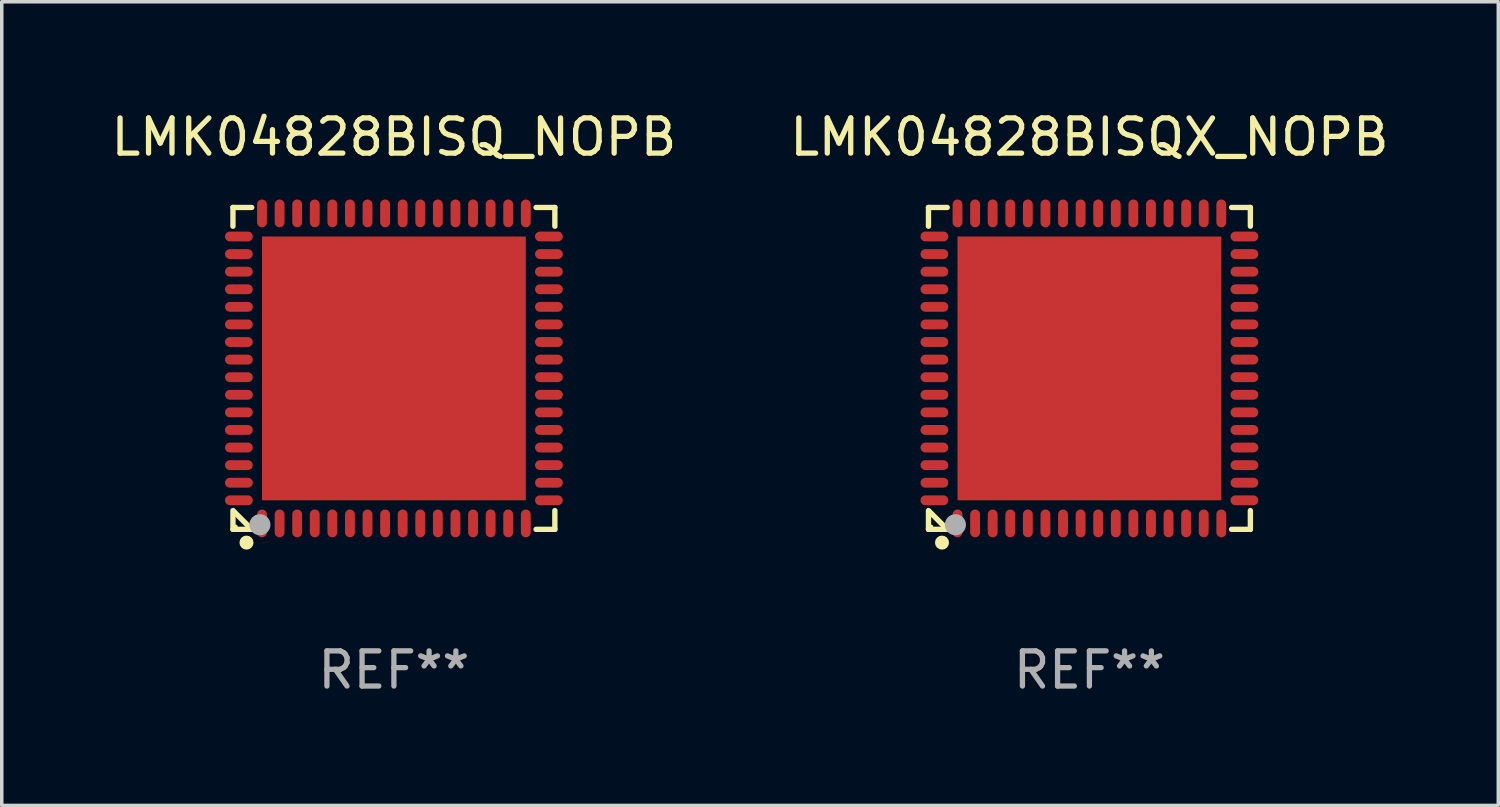
<source format=kicad_pcb>
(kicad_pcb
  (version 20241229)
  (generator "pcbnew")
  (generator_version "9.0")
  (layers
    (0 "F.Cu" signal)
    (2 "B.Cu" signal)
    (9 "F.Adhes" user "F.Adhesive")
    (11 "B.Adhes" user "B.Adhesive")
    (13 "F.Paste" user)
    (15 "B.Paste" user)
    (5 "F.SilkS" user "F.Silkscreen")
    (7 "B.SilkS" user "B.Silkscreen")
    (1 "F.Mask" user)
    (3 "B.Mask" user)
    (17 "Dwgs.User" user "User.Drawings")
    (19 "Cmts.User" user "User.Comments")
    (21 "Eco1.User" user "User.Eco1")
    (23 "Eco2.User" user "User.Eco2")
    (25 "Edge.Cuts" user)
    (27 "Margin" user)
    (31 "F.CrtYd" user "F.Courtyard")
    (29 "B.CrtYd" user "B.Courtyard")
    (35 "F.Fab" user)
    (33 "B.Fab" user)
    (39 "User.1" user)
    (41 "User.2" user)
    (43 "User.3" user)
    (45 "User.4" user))
  (footprint "LMK04828BISQ_NOPB"
    (layer "F.Cu")
    (at 8.149 7.424)
    (property "Reference" "LMK04828BISQ_NOPB" (at 0 -6.576 0) (layer "F.SilkS") (effects (font (size 1 1) (thickness 0.15))))
    (attr through_hole)
    (fp_line (start -4.576 -4.576) (end -4.576 -4.042) (stroke (width 0.152) (type solid)) (layer "F.SilkS"))
    (fp_line (start -4.576 4.576) (end -4.576 4.042) (stroke (width 0.152) (type solid)) (layer "F.SilkS"))
    (fp_line (start -4.069 4.549) (end -4.549 4.069) (stroke (width 0.152) (type solid)) (layer "F.SilkS"))
    (fp_line (start -4.042 -4.576) (end -4.576 -4.576) (stroke (width 0.152) (type solid)) (layer "F.SilkS"))
    (fp_line (start -4.042 4.576) (end -4.576 4.576) (stroke (width 0.152) (type solid)) (layer "F.SilkS"))
    (fp_line (start 4.042 -4.576) (end 4.576 -4.576) (stroke (width 0.152) (type solid)) (layer "F.SilkS"))
    (fp_line (start 4.042 4.576) (end 4.576 4.576) (stroke (width 0.152) (type solid)) (layer "F.SilkS"))
    (fp_line (start 4.576 -4.576) (end 4.576 -4.042) (stroke (width 0.152) (type solid)) (layer "F.SilkS"))
    (fp_line (start 4.576 4.576) (end 4.576 4.042) (stroke (width 0.152) (type solid)) (layer "F.SilkS"))
    (fp_circle (center -4.5 4.5) (end -4.47 4.5) (stroke (width 0.06) (type solid)) (fill no) (layer "F.SilkS"))
    (fp_circle (center -4.191 4.953) (end -4.091 4.953) (stroke (width 0.2) (type solid)) (fill no) (layer "F.SilkS"))
    (fp_circle (center -3.81 4.445) (end -3.66 4.445) (stroke (width 0.3) (type solid)) (fill no) (layer "F.Fab"))
    (fp_text user "REF**" (at 0 8.576 0) (layer "F.Fab") (effects (font (size 1 1) (thickness 0.15))))
    (pad "1" smd oval (at -3.75 4.407) (size 0.28 0.79) (layers "F.Cu" "F.Mask" "F.Paste"))
    (pad "2" smd oval (at -3.25 4.407) (size 0.28 0.79) (layers "F.Cu" "F.Mask" "F.Paste"))
    (pad "3" smd oval (at -2.75 4.407) (size 0.28 0.79) (layers "F.Cu" "F.Mask" "F.Paste"))
    (pad "4" smd oval (at -2.25 4.407) (size 0.28 0.79) (layers "F.Cu" "F.Mask" "F.Paste"))
    (pad "5" smd oval (at -1.75 4.407) (size 0.28 0.79) (layers "F.Cu" "F.Mask" "F.Paste"))
    (pad "6" smd oval (at -1.25 4.407) (size 0.28 0.79) (layers "F.Cu" "F.Mask" "F.Paste"))
    (pad "7" smd oval (at -0.75 4.407) (size 0.28 0.79) (layers "F.Cu" "F.Mask" "F.Paste"))
    (pad "8" smd oval (at -0.25 4.407) (size 0.28 0.79) (layers "F.Cu" "F.Mask" "F.Paste"))
    (pad "9" smd oval (at 0.25 4.407) (size 0.28 0.79) (layers "F.Cu" "F.Mask" "F.Paste"))
    (pad "10" smd oval (at 0.75 4.407) (size 0.28 0.79) (layers "F.Cu" "F.Mask" "F.Paste"))
    (pad "11" smd oval (at 1.25 4.407) (size 0.28 0.79) (layers "F.Cu" "F.Mask" "F.Paste"))
    (pad "12" smd oval (at 1.75 4.407) (size 0.28 0.79) (layers "F.Cu" "F.Mask" "F.Paste"))
    (pad "13" smd oval (at 2.25 4.407) (size 0.28 0.79) (layers "F.Cu" "F.Mask" "F.Paste"))
    (pad "14" smd oval (at 2.75 4.407) (size 0.28 0.79) (layers "F.Cu" "F.Mask" "F.Paste"))
    (pad "15" smd oval (at 3.25 4.407) (size 0.28 0.79) (layers "F.Cu" "F.Mask" "F.Paste"))
    (pad "16" smd oval (at 3.75 4.407) (size 0.28 0.79) (layers "F.Cu" "F.Mask" "F.Paste"))
    (pad "17" smd oval (at 4.407 3.75) (size 0.79 0.28) (layers "F.Cu" "F.Mask" "F.Paste"))
    (pad "18" smd oval (at 4.407 3.25) (size 0.79 0.28) (layers "F.Cu" "F.Mask" "F.Paste"))
    (pad "19" smd oval (at 4.407 2.75) (size 0.79 0.28) (layers "F.Cu" "F.Mask" "F.Paste"))
    (pad "20" smd oval (at 4.407 2.25) (size 0.79 0.28) (layers "F.Cu" "F.Mask" "F.Paste"))
    (pad "21" smd oval (at 4.407 1.75) (size 0.79 0.28) (layers "F.Cu" "F.Mask" "F.Paste"))
    (pad "22" smd oval (at 4.407 1.25) (size 0.79 0.28) (layers "F.Cu" "F.Mask" "F.Paste"))
    (pad "23" smd oval (at 4.407 0.75) (size 0.79 0.28) (layers "F.Cu" "F.Mask" "F.Paste"))
    (pad "24" smd oval (at 4.407 0.25) (size 0.79 0.28) (layers "F.Cu" "F.Mask" "F.Paste"))
    (pad "25" smd oval (at 4.407 -0.25) (size 0.79 0.28) (layers "F.Cu" "F.Mask" "F.Paste"))
    (pad "26" smd oval (at 4.407 -0.75) (size 0.79 0.28) (layers "F.Cu" "F.Mask" "F.Paste"))
    (pad "27" smd oval (at 4.407 -1.25) (size 0.79 0.28) (layers "F.Cu" "F.Mask" "F.Paste"))
    (pad "28" smd oval (at 4.407 -1.75) (size 0.79 0.28) (layers "F.Cu" "F.Mask" "F.Paste"))
    (pad "29" smd oval (at 4.407 -2.25) (size 0.79 0.28) (layers "F.Cu" "F.Mask" "F.Paste"))
    (pad "30" smd oval (at 4.407 -2.75) (size 0.79 0.28) (layers "F.Cu" "F.Mask" "F.Paste"))
    (pad "31" smd oval (at 4.407 -3.25) (size 0.79 0.28) (layers "F.Cu" "F.Mask" "F.Paste"))
    (pad "32" smd oval (at 4.407 -3.75) (size 0.79 0.28) (layers "F.Cu" "F.Mask" "F.Paste"))
    (pad "33" smd oval (at 3.75 -4.407) (size 0.28 0.79) (layers "F.Cu" "F.Mask" "F.Paste"))
    (pad "34" smd oval (at 3.25 -4.407) (size 0.28 0.79) (layers "F.Cu" "F.Mask" "F.Paste"))
    (pad "35" smd oval (at 2.75 -4.407) (size 0.28 0.79) (layers "F.Cu" "F.Mask" "F.Paste"))
    (pad "36" smd oval (at 2.25 -4.407) (size 0.28 0.79) (layers "F.Cu" "F.Mask" "F.Paste"))
    (pad "37" smd oval (at 1.75 -4.407) (size 0.28 0.79) (layers "F.Cu" "F.Mask" "F.Paste"))
    (pad "38" smd oval (at 1.25 -4.407) (size 0.28 0.79) (layers "F.Cu" "F.Mask" "F.Paste"))
    (pad "39" smd oval (at 0.75 -4.407) (size 0.28 0.79) (layers "F.Cu" "F.Mask" "F.Paste"))
    (pad "40" smd oval (at 0.25 -4.407) (size 0.28 0.79) (layers "F.Cu" "F.Mask" "F.Paste"))
    (pad "41" smd oval (at -0.25 -4.407) (size 0.28 0.79) (layers "F.Cu" "F.Mask" "F.Paste"))
    (pad "42" smd oval (at -0.75 -4.407) (size 0.28 0.79) (layers "F.Cu" "F.Mask" "F.Paste"))
    (pad "43" smd oval (at -1.25 -4.407) (size 0.28 0.79) (layers "F.Cu" "F.Mask" "F.Paste"))
    (pad "44" smd oval (at -1.75 -4.407) (size 0.28 0.79) (layers "F.Cu" "F.Mask" "F.Paste"))
    (pad "45" smd oval (at -2.25 -4.407) (size 0.28 0.79) (layers "F.Cu" "F.Mask" "F.Paste"))
    (pad "46" smd oval (at -2.75 -4.407) (size 0.28 0.79) (layers "F.Cu" "F.Mask" "F.Paste"))
    (pad "47" smd oval (at -3.25 -4.407) (size 0.28 0.79) (layers "F.Cu" "F.Mask" "F.Paste"))
    (pad "48" smd oval (at -3.75 -4.407) (size 0.28 0.79) (layers "F.Cu" "F.Mask" "F.Paste"))
    (pad "49" smd oval (at -4.407 -3.75) (size 0.79 0.28) (layers "F.Cu" "F.Mask" "F.Paste"))
    (pad "50" smd oval (at -4.407 -3.25) (size 0.79 0.28) (layers "F.Cu" "F.Mask" "F.Paste"))
    (pad "51" smd oval (at -4.407 -2.75) (size 0.79 0.28) (layers "F.Cu" "F.Mask" "F.Paste"))
    (pad "52" smd oval (at -4.407 -2.25) (size 0.79 0.28) (layers "F.Cu" "F.Mask" "F.Paste"))
    (pad "53" smd oval (at -4.407 -1.75) (size 0.79 0.28) (layers "F.Cu" "F.Mask" "F.Paste"))
    (pad "54" smd oval (at -4.407 -1.25) (size 0.79 0.28) (layers "F.Cu" "F.Mask" "F.Paste"))
    (pad "55" smd oval (at -4.407 -0.75) (size 0.79 0.28) (layers "F.Cu" "F.Mask" "F.Paste"))
    (pad "56" smd oval (at -4.407 -0.25) (size 0.79 0.28) (layers "F.Cu" "F.Mask" "F.Paste"))
    (pad "57" smd oval (at -4.407 0.25) (size 0.79 0.28) (layers "F.Cu" "F.Mask" "F.Paste"))
    (pad "58" smd oval (at -4.407 0.75) (size 0.79 0.28) (layers "F.Cu" "F.Mask" "F.Paste"))
    (pad "59" smd oval (at -4.407 1.25) (size 0.79 0.28) (layers "F.Cu" "F.Mask" "F.Paste"))
    (pad "60" smd oval (at -4.407 1.75) (size 0.79 0.28) (layers "F.Cu" "F.Mask" "F.Paste"))
    (pad "61" smd oval (at -4.407 2.25) (size 0.79 0.28) (layers "F.Cu" "F.Mask" "F.Paste"))
    (pad "62" smd oval (at -4.407 2.75) (size 0.79 0.28) (layers "F.Cu" "F.Mask" "F.Paste"))
    (pad "63" smd oval (at -4.407 3.25) (size 0.79 0.28) (layers "F.Cu" "F.Mask" "F.Paste"))
    (pad "64" smd oval (at -4.407 3.75) (size 0.79 0.28) (layers "F.Cu" "F.Mask" "F.Paste"))
    (pad "65" smd rect (at 0 0) (size 7.5 7.5) (layers "F.Cu" "F.Mask" "F.Paste")))
  (footprint "LMK04828BISQX_NOPB"
    (layer "F.Cu")
    (at 27.923 7.424)
    (property "Reference" "LMK04828BISQX_NOPB" (at 0 -6.576 0) (layer "F.SilkS") (effects (font (size 1 1) (thickness 0.15))))
    (attr through_hole)
    (fp_line (start -4.576 -4.576) (end -4.576 -4.042) (stroke (width 0.152) (type solid)) (layer "F.SilkS"))
    (fp_line (start -4.576 4.576) (end -4.576 4.042) (stroke (width 0.152) (type solid)) (layer "F.SilkS"))
    (fp_line (start -4.069 4.549) (end -4.549 4.069) (stroke (width 0.152) (type solid)) (layer "F.SilkS"))
    (fp_line (start -4.042 -4.576) (end -4.576 -4.576) (stroke (width 0.152) (type solid)) (layer "F.SilkS"))
    (fp_line (start -4.042 4.576) (end -4.576 4.576) (stroke (width 0.152) (type solid)) (layer "F.SilkS"))
    (fp_line (start 4.042 -4.576) (end 4.576 -4.576) (stroke (width 0.152) (type solid)) (layer "F.SilkS"))
    (fp_line (start 4.042 4.576) (end 4.576 4.576) (stroke (width 0.152) (type solid)) (layer "F.SilkS"))
    (fp_line (start 4.576 -4.576) (end 4.576 -4.042) (stroke (width 0.152) (type solid)) (layer "F.SilkS"))
    (fp_line (start 4.576 4.576) (end 4.576 4.042) (stroke (width 0.152) (type solid)) (layer "F.SilkS"))
    (fp_circle (center -4.5 4.5) (end -4.47 4.5) (stroke (width 0.06) (type solid)) (fill no) (layer "F.SilkS"))
    (fp_circle (center -4.191 4.953) (end -4.091 4.953) (stroke (width 0.2) (type solid)) (fill no) (layer "F.SilkS"))
    (fp_circle (center -3.81 4.445) (end -3.66 4.445) (stroke (width 0.3) (type solid)) (fill no) (layer "F.Fab"))
    (fp_text user "REF**" (at 0 8.576 0) (layer "F.Fab") (effects (font (size 1 1) (thickness 0.15))))
    (pad "1" smd oval (at -3.75 4.407) (size 0.28 0.79) (layers "F.Cu" "F.Mask" "F.Paste"))
    (pad "2" smd oval (at -3.25 4.407) (size 0.28 0.79) (layers "F.Cu" "F.Mask" "F.Paste"))
    (pad "3" smd oval (at -2.75 4.407) (size 0.28 0.79) (layers "F.Cu" "F.Mask" "F.Paste"))
    (pad "4" smd oval (at -2.25 4.407) (size 0.28 0.79) (layers "F.Cu" "F.Mask" "F.Paste"))
    (pad "5" smd oval (at -1.75 4.407) (size 0.28 0.79) (layers "F.Cu" "F.Mask" "F.Paste"))
    (pad "6" smd oval (at -1.25 4.407) (size 0.28 0.79) (layers "F.Cu" "F.Mask" "F.Paste"))
    (pad "7" smd oval (at -0.75 4.407) (size 0.28 0.79) (layers "F.Cu" "F.Mask" "F.Paste"))
    (pad "8" smd oval (at -0.25 4.407) (size 0.28 0.79) (layers "F.Cu" "F.Mask" "F.Paste"))
    (pad "9" smd oval (at 0.25 4.407) (size 0.28 0.79) (layers "F.Cu" "F.Mask" "F.Paste"))
    (pad "10" smd oval (at 0.75 4.407) (size 0.28 0.79) (layers "F.Cu" "F.Mask" "F.Paste"))
    (pad "11" smd oval (at 1.25 4.407) (size 0.28 0.79) (layers "F.Cu" "F.Mask" "F.Paste"))
    (pad "12" smd oval (at 1.75 4.407) (size 0.28 0.79) (layers "F.Cu" "F.Mask" "F.Paste"))
    (pad "13" smd oval (at 2.25 4.407) (size 0.28 0.79) (layers "F.Cu" "F.Mask" "F.Paste"))
    (pad "14" smd oval (at 2.75 4.407) (size 0.28 0.79) (layers "F.Cu" "F.Mask" "F.Paste"))
    (pad "15" smd oval (at 3.25 4.407) (size 0.28 0.79) (layers "F.Cu" "F.Mask" "F.Paste"))
    (pad "16" smd oval (at 3.75 4.407) (size 0.28 0.79) (layers "F.Cu" "F.Mask" "F.Paste"))
    (pad "17" smd oval (at 4.407 3.75) (size 0.79 0.28) (layers "F.Cu" "F.Mask" "F.Paste"))
    (pad "18" smd oval (at 4.407 3.25) (size 0.79 0.28) (layers "F.Cu" "F.Mask" "F.Paste"))
    (pad "19" smd oval (at 4.407 2.75) (size 0.79 0.28) (layers "F.Cu" "F.Mask" "F.Paste"))
    (pad "20" smd oval (at 4.407 2.25) (size 0.79 0.28) (layers "F.Cu" "F.Mask" "F.Paste"))
    (pad "21" smd oval (at 4.407 1.75) (size 0.79 0.28) (layers "F.Cu" "F.Mask" "F.Paste"))
    (pad "22" smd oval (at 4.407 1.25) (size 0.79 0.28) (layers "F.Cu" "F.Mask" "F.Paste"))
    (pad "23" smd oval (at 4.407 0.75) (size 0.79 0.28) (layers "F.Cu" "F.Mask" "F.Paste"))
    (pad "24" smd oval (at 4.407 0.25) (size 0.79 0.28) (layers "F.Cu" "F.Mask" "F.Paste"))
    (pad "25" smd oval (at 4.407 -0.25) (size 0.79 0.28) (layers "F.Cu" "F.Mask" "F.Paste"))
    (pad "26" smd oval (at 4.407 -0.75) (size 0.79 0.28) (layers "F.Cu" "F.Mask" "F.Paste"))
    (pad "27" smd oval (at 4.407 -1.25) (size 0.79 0.28) (layers "F.Cu" "F.Mask" "F.Paste"))
    (pad "28" smd oval (at 4.407 -1.75) (size 0.79 0.28) (layers "F.Cu" "F.Mask" "F.Paste"))
    (pad "29" smd oval (at 4.407 -2.25) (size 0.79 0.28) (layers "F.Cu" "F.Mask" "F.Paste"))
    (pad "30" smd oval (at 4.407 -2.75) (size 0.79 0.28) (layers "F.Cu" "F.Mask" "F.Paste"))
    (pad "31" smd oval (at 4.407 -3.25) (size 0.79 0.28) (layers "F.Cu" "F.Mask" "F.Paste"))
    (pad "32" smd oval (at 4.407 -3.75) (size 0.79 0.28) (layers "F.Cu" "F.Mask" "F.Paste"))
    (pad "33" smd oval (at 3.75 -4.407) (size 0.28 0.79) (layers "F.Cu" "F.Mask" "F.Paste"))
    (pad "34" smd oval (at 3.25 -4.407) (size 0.28 0.79) (layers "F.Cu" "F.Mask" "F.Paste"))
    (pad "35" smd oval (at 2.75 -4.407) (size 0.28 0.79) (layers "F.Cu" "F.Mask" "F.Paste"))
    (pad "36" smd oval (at 2.25 -4.407) (size 0.28 0.79) (layers "F.Cu" "F.Mask" "F.Paste"))
    (pad "37" smd oval (at 1.75 -4.407) (size 0.28 0.79) (layers "F.Cu" "F.Mask" "F.Paste"))
    (pad "38" smd oval (at 1.25 -4.407) (size 0.28 0.79) (layers "F.Cu" "F.Mask" "F.Paste"))
    (pad "39" smd oval (at 0.75 -4.407) (size 0.28 0.79) (layers "F.Cu" "F.Mask" "F.Paste"))
    (pad "40" smd oval (at 0.25 -4.407) (size 0.28 0.79) (layers "F.Cu" "F.Mask" "F.Paste"))
    (pad "41" smd oval (at -0.25 -4.407) (size 0.28 0.79) (layers "F.Cu" "F.Mask" "F.Paste"))
    (pad "42" smd oval (at -0.75 -4.407) (size 0.28 0.79) (layers "F.Cu" "F.Mask" "F.Paste"))
    (pad "43" smd oval (at -1.25 -4.407) (size 0.28 0.79) (layers "F.Cu" "F.Mask" "F.Paste"))
    (pad "44" smd oval (at -1.75 -4.407) (size 0.28 0.79) (layers "F.Cu" "F.Mask" "F.Paste"))
    (pad "45" smd oval (at -2.25 -4.407) (size 0.28 0.79) (layers "F.Cu" "F.Mask" "F.Paste"))
    (pad "46" smd oval (at -2.75 -4.407) (size 0.28 0.79) (layers "F.Cu" "F.Mask" "F.Paste"))
    (pad "47" smd oval (at -3.25 -4.407) (size 0.28 0.79) (layers "F.Cu" "F.Mask" "F.Paste"))
    (pad "48" smd oval (at -3.75 -4.407) (size 0.28 0.79) (layers "F.Cu" "F.Mask" "F.Paste"))
    (pad "49" smd oval (at -4.407 -3.75) (size 0.79 0.28) (layers "F.Cu" "F.Mask" "F.Paste"))
    (pad "50" smd oval (at -4.407 -3.25) (size 0.79 0.28) (layers "F.Cu" "F.Mask" "F.Paste"))
    (pad "51" smd oval (at -4.407 -2.75) (size 0.79 0.28) (layers "F.Cu" "F.Mask" "F.Paste"))
    (pad "52" smd oval (at -4.407 -2.25) (size 0.79 0.28) (layers "F.Cu" "F.Mask" "F.Paste"))
    (pad "53" smd oval (at -4.407 -1.75) (size 0.79 0.28) (layers "F.Cu" "F.Mask" "F.Paste"))
    (pad "54" smd oval (at -4.407 -1.25) (size 0.79 0.28) (layers "F.Cu" "F.Mask" "F.Paste"))
    (pad "55" smd oval (at -4.407 -0.75) (size 0.79 0.28) (layers "F.Cu" "F.Mask" "F.Paste"))
    (pad "56" smd oval (at -4.407 -0.25) (size 0.79 0.28) (layers "F.Cu" "F.Mask" "F.Paste"))
    (pad "57" smd oval (at -4.407 0.25) (size 0.79 0.28) (layers "F.Cu" "F.Mask" "F.Paste"))
    (pad "58" smd oval (at -4.407 0.75) (size 0.79 0.28) (layers "F.Cu" "F.Mask" "F.Paste"))
    (pad "59" smd oval (at -4.407 1.25) (size 0.79 0.28) (layers "F.Cu" "F.Mask" "F.Paste"))
    (pad "60" smd oval (at -4.407 1.75) (size 0.79 0.28) (layers "F.Cu" "F.Mask" "F.Paste"))
    (pad "61" smd oval (at -4.407 2.25) (size 0.79 0.28) (layers "F.Cu" "F.Mask" "F.Paste"))
    (pad "62" smd oval (at -4.407 2.75) (size 0.79 0.28) (layers "F.Cu" "F.Mask" "F.Paste"))
    (pad "63" smd oval (at -4.407 3.25) (size 0.79 0.28) (layers "F.Cu" "F.Mask" "F.Paste"))
    (pad "64" smd oval (at -4.407 3.75) (size 0.79 0.28) (layers "F.Cu" "F.Mask" "F.Paste"))
    (pad "65" smd rect (at 0 0) (size 7.5 7.5) (layers "F.Cu" "F.Mask" "F.Paste")))
  (gr_rect
    (start -3 -3)
    (end 39.548 19.849)
    (stroke (width 0.1) (type default))
    (fill no)
    (layer "Edge.Cuts")))
</source>
